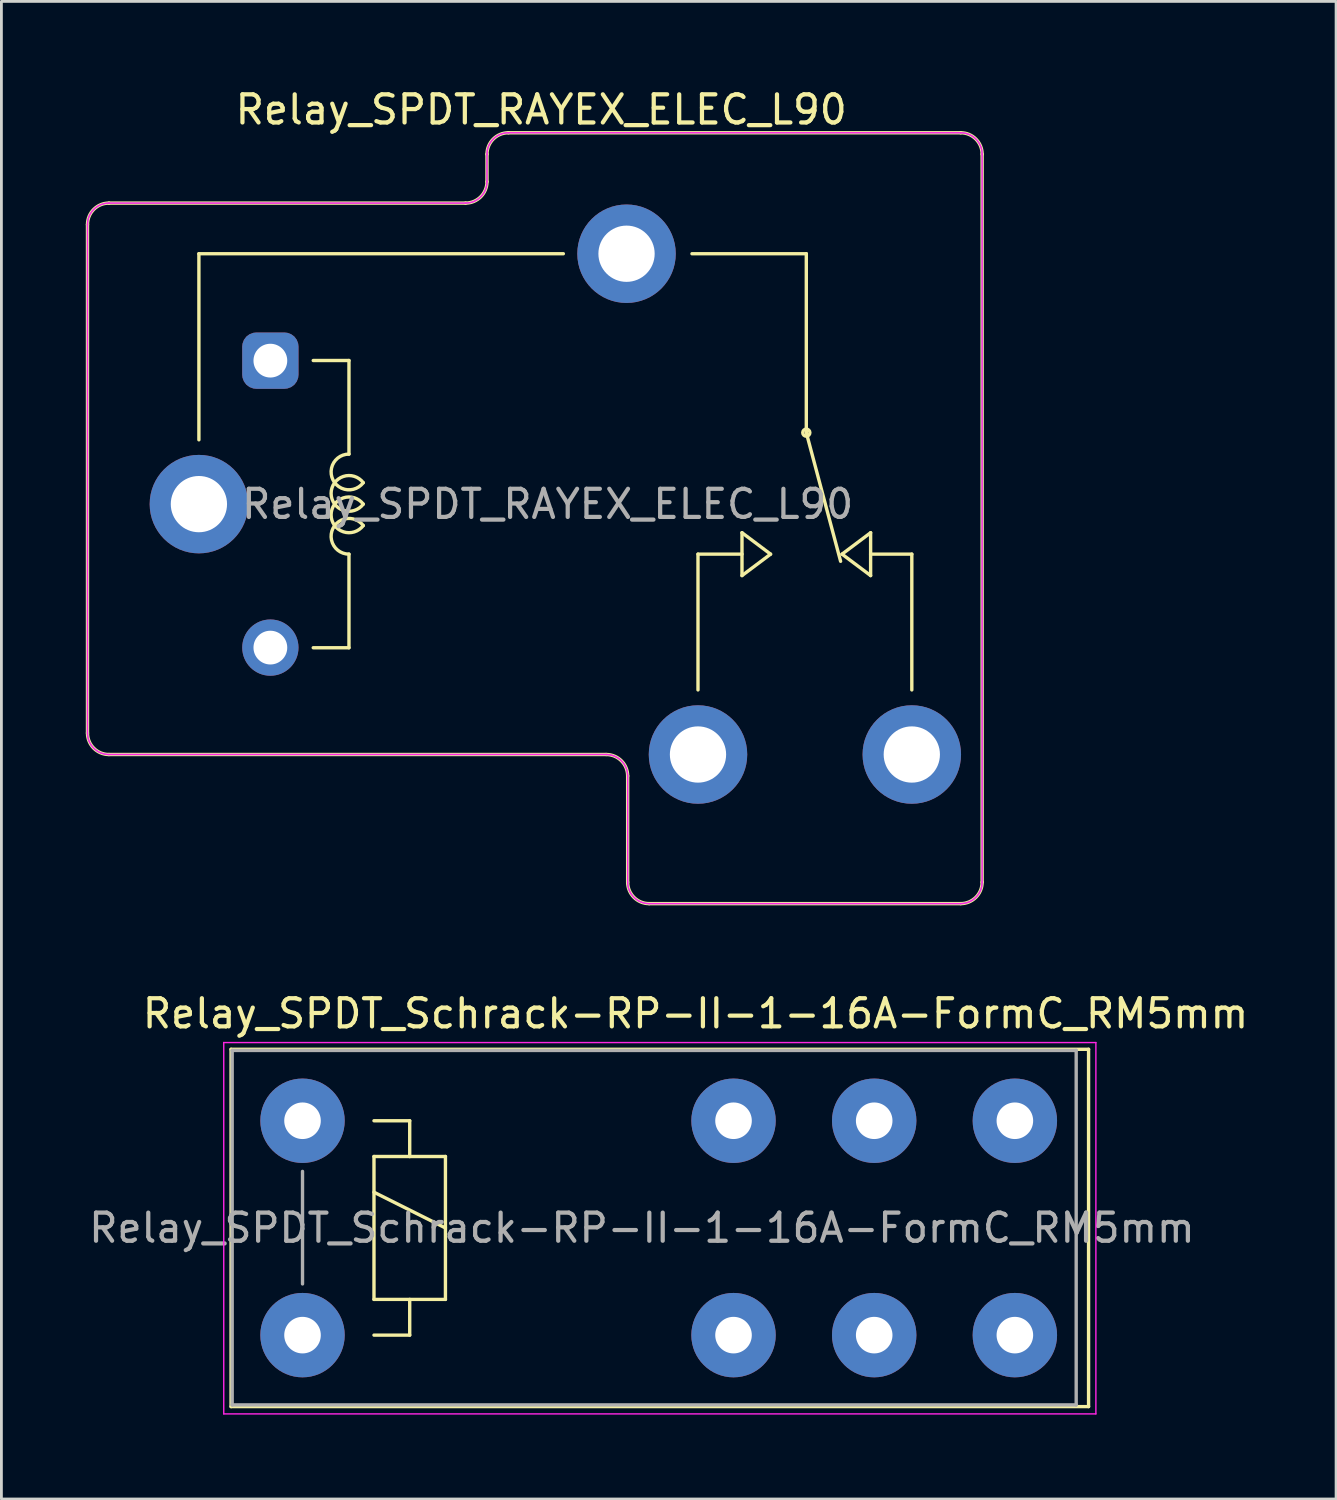
<source format=kicad_pcb>
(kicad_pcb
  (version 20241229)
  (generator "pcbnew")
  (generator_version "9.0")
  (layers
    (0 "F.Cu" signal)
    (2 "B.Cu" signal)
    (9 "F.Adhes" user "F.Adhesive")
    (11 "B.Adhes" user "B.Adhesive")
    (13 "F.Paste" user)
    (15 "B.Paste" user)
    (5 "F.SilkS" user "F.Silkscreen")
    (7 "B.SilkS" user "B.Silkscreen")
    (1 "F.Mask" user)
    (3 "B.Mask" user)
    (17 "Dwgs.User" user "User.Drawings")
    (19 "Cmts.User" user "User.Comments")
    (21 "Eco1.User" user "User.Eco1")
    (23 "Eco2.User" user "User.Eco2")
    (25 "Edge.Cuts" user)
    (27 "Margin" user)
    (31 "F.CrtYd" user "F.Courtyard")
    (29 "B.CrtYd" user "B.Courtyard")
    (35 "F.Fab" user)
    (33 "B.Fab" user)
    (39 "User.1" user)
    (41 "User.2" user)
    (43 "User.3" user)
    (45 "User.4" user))
  (footprint "Relay_SPDT_RAYEX_ELEC_L90"
    (layer "F.Cu")
    (at 4.02 14.869)
    (property "Reference" "Relay_SPDT_RAYEX_ELEC_L90" (at 12.167 -14.021 0) (layer "F.SilkS") (effects (font (size 1 1) (thickness 0.15))))
    (attr through_hole)
    (fp_line (start -3.96 -9.938) (end -3.96 8.138) (stroke (width 0.12) (type solid)) (layer "F.SilkS"))
    (fp_line (start -3.198 -10.7) (end 9.478 -10.7) (stroke (width 0.12) (type solid)) (layer "F.SilkS"))
    (fp_line (start -3.198 8.9) (end 14.478 8.9) (stroke (width 0.12) (type solid)) (layer "F.SilkS"))
    (fp_line (start 0 -8.9) (end 0 -2.286) (stroke (width 0.12) (type solid)) (layer "F.SilkS"))
    (fp_line (start 0 -8.9) (end 12.954 -8.9) (stroke (width 0.12) (type solid)) (layer "F.SilkS"))
    (fp_line (start 4.064 -5.105) (end 5.334 -5.105) (stroke (width 0.12) (type solid)) (layer "F.SilkS"))
    (fp_line (start 5.334 -1.778) (end 5.334 -5.105) (stroke (width 0.12) (type solid)) (layer "F.SilkS"))
    (fp_line (start 5.334 5.105) (end 4.064 5.105) (stroke (width 0.12) (type solid)) (layer "F.SilkS"))
    (fp_line (start 5.334 5.105) (end 5.334 1.778) (stroke (width 0.12) (type solid)) (layer "F.SilkS"))
    (fp_line (start 10.24 -12.438) (end 10.24 -11.462) (stroke (width 0.12) (type solid)) (layer "F.SilkS"))
    (fp_line (start 11.002 -13.2) (end 27.078 -13.2) (stroke (width 0.12) (type solid)) (layer "F.SilkS"))
    (fp_line (start 15.24 9.662) (end 15.24 13.438) (stroke (width 0.12) (type solid)) (layer "F.SilkS"))
    (fp_line (start 16.002 14.2) (end 27.078 14.2) (stroke (width 0.12) (type solid)) (layer "F.SilkS"))
    (fp_line (start 17.74 1.778) (end 19.304 1.778) (stroke (width 0.12) (type solid)) (layer "F.SilkS"))
    (fp_line (start 17.74 6.604) (end 17.74 1.778) (stroke (width 0.12) (type solid)) (layer "F.SilkS"))
    (fp_line (start 19.304 1.016) (end 19.304 2.54) (stroke (width 0.12) (type solid)) (layer "F.SilkS"))
    (fp_line (start 19.304 2.54) (end 20.32 1.778) (stroke (width 0.12) (type solid)) (layer "F.SilkS"))
    (fp_line (start 20.32 1.778) (end 19.304 1.016) (stroke (width 0.12) (type solid)) (layer "F.SilkS"))
    (fp_line (start 21.59 -8.9) (end 17.526 -8.9) (stroke (width 0.12) (type solid)) (layer "F.SilkS"))
    (fp_line (start 21.59 -2.54) (end 21.59 -8.9) (stroke (width 0.12) (type solid)) (layer "F.SilkS"))
    (fp_line (start 21.59 -2.54) (end 22.809 2.032) (stroke (width 0.12) (type solid)) (layer "F.SilkS"))
    (fp_line (start 22.86 1.778) (end 23.876 1.016) (stroke (width 0.12) (type solid)) (layer "F.SilkS"))
    (fp_line (start 23.876 1.778) (end 25.34 1.778) (stroke (width 0.12) (type solid)) (layer "F.SilkS"))
    (fp_line (start 23.876 2.54) (end 22.86 1.778) (stroke (width 0.12) (type solid)) (layer "F.SilkS"))
    (fp_line (start 23.876 2.54) (end 23.876 1.016) (stroke (width 0.12) (type solid)) (layer "F.SilkS"))
    (fp_line (start 25.34 1.778) (end 25.34 6.604) (stroke (width 0.12) (type solid)) (layer "F.SilkS"))
    (fp_line (start 27.84 -12.438) (end 27.84 13.438) (stroke (width 0.12) (type solid)) (layer "F.SilkS"))
    (fp_arc (start -3.96 -9.938) (mid -3.736815 -10.476815) (end -3.198 -10.7) (stroke (width 0.12) (type solid)) (layer "F.SilkS"))
    (fp_arc (start -3.198 8.9) (mid -3.736815 8.676815) (end -3.96 8.138) (stroke (width 0.12) (type solid)) (layer "F.SilkS"))
    (fp_arc (start 5.334002 1.777997) (mid 4.765966 0.859166) (end 5.841802 0.76173) (stroke (width 0.12) (type solid)) (layer "F.SilkS"))
    (fp_arc (start 5.8418 -0.761733) (mid 4.765964 -0.859168) (end 5.334 -1.778) (stroke (width 0.12) (type solid)) (layer "F.SilkS"))
    (fp_arc (start 5.842265 -0.000355) (mid 4.699002 -0.38078) (end 5.842 -0.762001) (stroke (width 0.12) (type solid)) (layer "F.SilkS"))
    (fp_arc (start 5.842266 0.761644) (mid 4.699003 0.381219) (end 5.842001 -0.000002) (stroke (width 0.12) (type solid)) (layer "F.SilkS"))
    (fp_arc (start 10.24 -12.438) (mid 10.463185 -12.976815) (end 11.002 -13.2) (stroke (width 0.12) (type solid)) (layer "F.SilkS"))
    (fp_arc (start 10.24 -11.462) (mid 10.016815 -10.923185) (end 9.478 -10.7) (stroke (width 0.12) (type solid)) (layer "F.SilkS"))
    (fp_arc (start 14.478 8.9) (mid 15.016815 9.123185) (end 15.24 9.662) (stroke (width 0.12) (type solid)) (layer "F.SilkS"))
    (fp_arc (start 16.002 14.2) (mid 15.463185 13.976815) (end 15.24 13.438) (stroke (width 0.12) (type solid)) (layer "F.SilkS"))
    (fp_arc (start 27.078 -13.2) (mid 27.616815 -12.976815) (end 27.84 -12.438) (stroke (width 0.12) (type solid)) (layer "F.SilkS"))
    (fp_arc (start 27.84 13.438) (mid 27.616815 13.976815) (end 27.078 14.2) (stroke (width 0.12) (type solid)) (layer "F.SilkS"))
    (fp_circle (center 21.59 -2.54) (end 21.59 -2.413) (stroke (width 0.12) (type solid)) (fill no) (layer "F.SilkS"))
    (fp_line (start -3.96 -9.938) (end -3.96 8.138) (stroke (width 0.05) (type solid)) (layer "F.CrtYd"))
    (fp_line (start -3.198 -10.7) (end 9.478 -10.7) (stroke (width 0.05) (type solid)) (layer "F.CrtYd"))
    (fp_line (start -3.198 8.9) (end 14.478 8.9) (stroke (width 0.05) (type solid)) (layer "F.CrtYd"))
    (fp_line (start 10.24 -12.438) (end 10.24 -11.462) (stroke (width 0.05) (type solid)) (layer "F.CrtYd"))
    (fp_line (start 11.002 -13.2) (end 27.078 -13.2) (stroke (width 0.05) (type solid)) (layer "F.CrtYd"))
    (fp_line (start 15.24 9.662) (end 15.24 13.438) (stroke (width 0.05) (type solid)) (layer "F.CrtYd"))
    (fp_line (start 16.002 14.2) (end 27.078 14.2) (stroke (width 0.05) (type solid)) (layer "F.CrtYd"))
    (fp_line (start 27.84 -12.438) (end 27.84 13.438) (stroke (width 0.05) (type solid)) (layer "F.CrtYd"))
    (fp_arc (start -3.96 -9.938) (mid -3.736815 -10.476815) (end -3.198 -10.7) (stroke (width 0.05) (type solid)) (layer "F.CrtYd"))
    (fp_arc (start -3.198 8.9) (mid -3.736815 8.676815) (end -3.96 8.138) (stroke (width 0.05) (type solid)) (layer "F.CrtYd"))
    (fp_arc (start 10.24 -12.438) (mid 10.463185 -12.976815) (end 11.002 -13.2) (stroke (width 0.05) (type solid)) (layer "F.CrtYd"))
    (fp_arc (start 10.24 -11.462) (mid 10.016815 -10.923185) (end 9.478 -10.7) (stroke (width 0.05) (type solid)) (layer "F.CrtYd"))
    (fp_arc (start 14.478 8.9) (mid 15.016815 9.123185) (end 15.24 9.662) (stroke (width 0.05) (type solid)) (layer "F.CrtYd"))
    (fp_arc (start 16.002 14.2) (mid 15.463185 13.976815) (end 15.24 13.438) (stroke (width 0.05) (type solid)) (layer "F.CrtYd"))
    (fp_arc (start 27.078 -13.2) (mid 27.616815 -12.976815) (end 27.84 -12.438) (stroke (width 0.05) (type solid)) (layer "F.CrtYd"))
    (fp_arc (start 27.84 13.438) (mid 27.616815 13.976815) (end 27.078 14.2) (stroke (width 0.05) (type solid)) (layer "F.CrtYd"))
    (fp_line (start -3.96 -9.938) (end -3.96 8.138) (stroke (width 0.05) (type solid)) (layer "F.Fab"))
    (fp_line (start -3.198 -10.7) (end 9.478 -10.7) (stroke (width 0.05) (type solid)) (layer "F.Fab"))
    (fp_line (start -3.198 8.9) (end 14.478 8.9) (stroke (width 0.05) (type solid)) (layer "F.Fab"))
    (fp_line (start 10.24 -12.438) (end 10.24 -11.462) (stroke (width 0.05) (type solid)) (layer "F.Fab"))
    (fp_line (start 11.002 -13.2) (end 27.078 -13.2) (stroke (width 0.05) (type solid)) (layer "F.Fab"))
    (fp_line (start 15.24 9.662) (end 15.24 13.438) (stroke (width 0.05) (type solid)) (layer "F.Fab"))
    (fp_line (start 16.002 14.2) (end 27.078 14.2) (stroke (width 0.05) (type solid)) (layer "F.Fab"))
    (fp_line (start 27.84 -12.438) (end 27.84 13.438) (stroke (width 0.05) (type solid)) (layer "F.Fab"))
    (fp_arc (start -3.96 -9.938) (mid -3.736815 -10.476815) (end -3.198 -10.7) (stroke (width 0.05) (type solid)) (layer "F.Fab"))
    (fp_arc (start -3.198 8.9) (mid -3.736815 8.676815) (end -3.96 8.138) (stroke (width 0.05) (type solid)) (layer "F.Fab"))
    (fp_arc (start 10.24 -12.438) (mid 10.463185 -12.976815) (end 11.002 -13.2) (stroke (width 0.05) (type solid)) (layer "F.Fab"))
    (fp_arc (start 10.24 -11.462) (mid 10.016815 -10.923185) (end 9.478 -10.7) (stroke (width 0.05) (type solid)) (layer "F.Fab"))
    (fp_arc (start 14.478 8.9) (mid 15.016815 9.123185) (end 15.24 9.662) (stroke (width 0.05) (type solid)) (layer "F.Fab"))
    (fp_arc (start 16.002 14.2) (mid 15.463185 13.976815) (end 15.24 13.438) (stroke (width 0.05) (type solid)) (layer "F.Fab"))
    (fp_arc (start 27.078 -13.2) (mid 27.616815 -12.976815) (end 27.84 -12.438) (stroke (width 0.05) (type solid)) (layer "F.Fab"))
    (fp_arc (start 27.84 13.438) (mid 27.616815 13.976815) (end 27.078 14.2) (stroke (width 0.05) (type solid)) (layer "F.Fab"))
    (fp_text user "${REFERENCE}" (at 12.395 0 0) (layer "F.Fab") (effects (font (size 1 1) (thickness 0.15))))
    (pad "1" thru_hole circle (at 0 0 180) (size 3.5 3.5) (drill 2) (layers "*.Cu" "*.Mask"))
    (pad "2" thru_hole roundrect (at 2.54 -5.1 180) (size 2 2) (drill 1.2) (layers "*.Cu" "*.Mask") (roundrect_rratio 0.25))
    (pad "3" thru_hole circle (at 17.74 8.9 180) (size 3.5 3.5) (drill 2) (layers "*.Cu" "*.Mask"))
    (pad "4" thru_hole circle (at 25.34 8.9 180) (size 3.5 3.5) (drill 2) (layers "*.Cu" "*.Mask"))
    (pad "5" thru_hole circle (at 15.2 -8.9 180) (size 3.5 3.5) (drill 2) (layers "*.Cu" "*.Mask"))
    (pad "6" thru_hole circle (at 2.54 5.1 180) (size 2 2) (drill 1.2) (layers "*.Cu" "*.Mask")))
  (footprint "Relay_SPDT_Schrack-RP-II-1-16A-FormC_RM5mm"
    (layer "F.Cu")
    (at 7.703 36.787)
    (property "Reference" "Relay_SPDT_Schrack-RP-II-1-16A-FormC_RM5mm" (at 13.97 -3.81 0) (layer "F.SilkS") (effects (font (size 1 1) (thickness 0.15))))
    (attr through_hole)
    (fp_line (start -2.54 -2.54) (end 27.94 -2.54) (stroke (width 0.12) (type solid)) (layer "F.SilkS"))
    (fp_line (start -2.54 10.16) (end -2.54 -2.54) (stroke (width 0.12) (type solid)) (layer "F.SilkS"))
    (fp_line (start 2.54 0) (end 3.81 0) (stroke (width 0.12) (type solid)) (layer "F.SilkS"))
    (fp_line (start 2.54 1.27) (end 3.81 1.27) (stroke (width 0.12) (type solid)) (layer "F.SilkS"))
    (fp_line (start 2.54 2.54) (end 5.08 3.81) (stroke (width 0.12) (type solid)) (layer "F.SilkS"))
    (fp_line (start 2.54 6.35) (end 2.54 1.27) (stroke (width 0.12) (type solid)) (layer "F.SilkS"))
    (fp_line (start 3.81 0) (end 3.81 1.27) (stroke (width 0.12) (type solid)) (layer "F.SilkS"))
    (fp_line (start 3.81 1.27) (end 5.08 1.27) (stroke (width 0.12) (type solid)) (layer "F.SilkS"))
    (fp_line (start 3.81 6.35) (end 3.81 7.62) (stroke (width 0.12) (type solid)) (layer "F.SilkS"))
    (fp_line (start 3.81 7.62) (end 2.54 7.62) (stroke (width 0.12) (type solid)) (layer "F.SilkS"))
    (fp_line (start 5.08 1.27) (end 5.08 6.35) (stroke (width 0.12) (type solid)) (layer "F.SilkS"))
    (fp_line (start 5.08 6.35) (end 2.54 6.35) (stroke (width 0.12) (type solid)) (layer "F.SilkS"))
    (fp_line (start 27.94 -2.54) (end 27.94 10.16) (stroke (width 0.12) (type solid)) (layer "F.SilkS"))
    (fp_line (start 27.94 10.16) (end -2.54 10.16) (stroke (width 0.12) (type solid)) (layer "F.SilkS"))
    (fp_line (start -2.8 -2.78) (end 28.2 -2.78) (stroke (width 0.05) (type solid)) (layer "F.CrtYd"))
    (fp_line (start -2.8 10.42) (end -2.8 -2.78) (stroke (width 0.05) (type solid)) (layer "F.CrtYd"))
    (fp_line (start 28.2 -2.78) (end 28.2 10.42) (stroke (width 0.05) (type solid)) (layer "F.CrtYd"))
    (fp_line (start 28.2 10.42) (end -2.8 10.42) (stroke (width 0.05) (type solid)) (layer "F.CrtYd"))
    (fp_line (start -2.5 -2.5) (end 27.5 -2.5) (stroke (width 0.12) (type solid)) (layer "F.Fab"))
    (fp_line (start -2.5 10.1) (end -2.5 -2.5) (stroke (width 0.12) (type solid)) (layer "F.Fab"))
    (fp_line (start 0 1.8) (end 0 5.8) (stroke (width 0.12) (type solid)) (layer "F.Fab"))
    (fp_line (start 27.5 -2.5) (end 27.5 10.1) (stroke (width 0.12) (type solid)) (layer "F.Fab"))
    (fp_line (start 27.5 10.1) (end -2.5 10.1) (stroke (width 0.12) (type solid)) (layer "F.Fab"))
    (fp_text user "${REFERENCE}" (at 12.065 3.81 0) (layer "F.Fab") (effects (font (size 1 1) (thickness 0.15))))
    (pad "11" thru_hole circle (at 20.32 0) (size 3 3) (drill 1.3) (layers "*.Cu" "*.Mask"))
    (pad "11" thru_hole circle (at 20.32 7.62) (size 3 3) (drill 1.3) (layers "*.Cu" "*.Mask"))
    (pad "12" thru_hole circle (at 15.32 0) (size 3 3) (drill 1.3) (layers "*.Cu" "*.Mask"))
    (pad "12" thru_hole circle (at 15.32 7.62) (size 3 3) (drill 1.3) (layers "*.Cu" "*.Mask"))
    (pad "14" thru_hole circle (at 25.32 0) (size 3 3) (drill 1.3) (layers "*.Cu" "*.Mask"))
    (pad "14" thru_hole circle (at 25.32 7.62) (size 3 3) (drill 1.3) (layers "*.Cu" "*.Mask"))
    (pad "A1" thru_hole circle (at 0 0) (size 3 3) (drill 1.3) (layers "*.Cu" "*.Mask"))
    (pad "A2" thru_hole circle (at 0 7.62) (size 3 3) (drill 1.3) (layers "*.Cu" "*.Mask")))
  (gr_rect
    (start -3 -3)
    (end 44.441 50.232)
    (stroke (width 0.1) (type default))
    (fill no)
    (layer "Edge.Cuts")))
</source>
